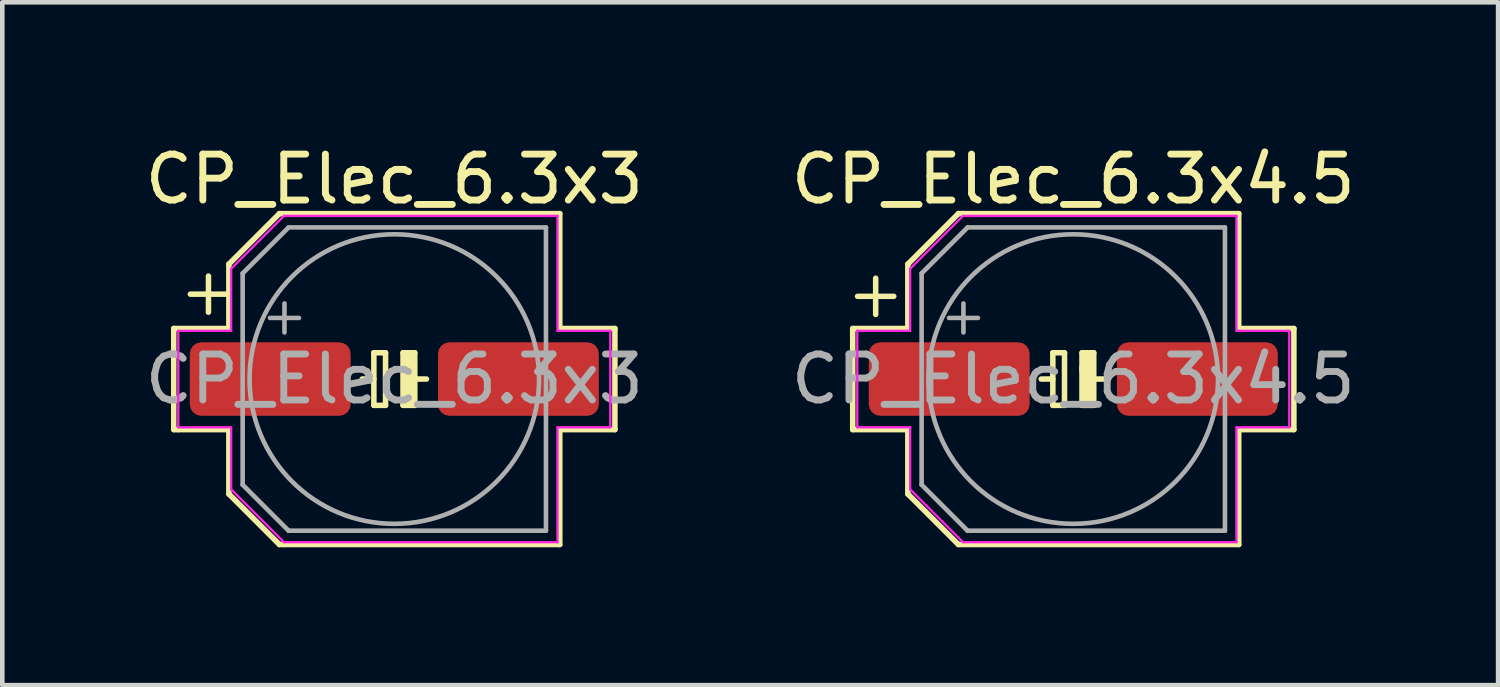
<source format=kicad_pcb>
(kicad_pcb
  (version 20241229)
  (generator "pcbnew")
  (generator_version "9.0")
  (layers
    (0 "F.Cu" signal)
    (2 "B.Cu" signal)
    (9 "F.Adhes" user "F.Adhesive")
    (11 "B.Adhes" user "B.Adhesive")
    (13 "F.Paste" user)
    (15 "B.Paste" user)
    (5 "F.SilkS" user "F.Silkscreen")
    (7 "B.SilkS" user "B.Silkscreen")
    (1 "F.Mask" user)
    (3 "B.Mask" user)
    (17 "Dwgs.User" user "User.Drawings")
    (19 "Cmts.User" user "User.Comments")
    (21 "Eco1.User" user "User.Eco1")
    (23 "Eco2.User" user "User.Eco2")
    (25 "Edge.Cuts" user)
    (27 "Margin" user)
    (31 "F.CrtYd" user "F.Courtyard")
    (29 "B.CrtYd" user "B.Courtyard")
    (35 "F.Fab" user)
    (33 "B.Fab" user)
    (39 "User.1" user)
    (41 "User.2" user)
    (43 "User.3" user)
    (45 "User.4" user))
  (footprint "CP_Elec_6.3x3"
    (layer "F.Cu")
    (at 5.53 5.198)
    (property "Reference" "CP_Elec_6.3x3" (at 0 -4.35 0) (layer "F.SilkS") (effects (font (size 1 1) (thickness 0.15))))
    (attr smd)
    (fp_line (start -4.8 -1.1) (end -3.6 -1.1) (stroke (width 0.12) (type solid)) (layer "F.SilkS"))
    (fp_line (start -4.8 1.1) (end -4.8 -1.1) (stroke (width 0.12) (type solid)) (layer "F.SilkS"))
    (fp_line (start -4.7 1.1) (end -4.8 1.1) (stroke (width 0.12) (type solid)) (layer "F.SilkS"))
    (fp_line (start -4.438 -1.847) (end -3.65 -1.847) (stroke (width 0.12) (type solid)) (layer "F.SilkS"))
    (fp_line (start -4.044 -2.241) (end -4.044 -1.454) (stroke (width 0.12) (type solid)) (layer "F.SilkS"))
    (fp_line (start -3.6 -2.5) (end -2.5 -3.6) (stroke (width 0.12) (type solid)) (layer "F.SilkS"))
    (fp_line (start -3.6 -1.1) (end -3.6 -2.5) (stroke (width 0.12) (type solid)) (layer "F.SilkS"))
    (fp_line (start -3.6 1.1) (end -4.7 1.1) (stroke (width 0.12) (type solid)) (layer "F.SilkS"))
    (fp_line (start -3.6 2.5) (end -3.6 1.1) (stroke (width 0.12) (type solid)) (layer "F.SilkS"))
    (fp_line (start -2.5 -3.6) (end 3.6 -3.6) (stroke (width 0.12) (type solid)) (layer "F.SilkS"))
    (fp_line (start -2.5 3.6) (end -3.6 2.5) (stroke (width 0.12) (type solid)) (layer "F.SilkS"))
    (fp_line (start -2.4 3.6) (end -2.5 3.6) (stroke (width 0.12) (type solid)) (layer "F.SilkS"))
    (fp_line (start -0.445 -0.572) (end -0.191 -0.572) (stroke (width 0.12) (type solid)) (layer "F.SilkS"))
    (fp_line (start -0.445 0) (end -0.699 0) (stroke (width 0.12) (type solid)) (layer "F.SilkS"))
    (fp_line (start -0.445 0.572) (end -0.445 -0.572) (stroke (width 0.12) (type solid)) (layer "F.SilkS"))
    (fp_line (start -0.191 -0.572) (end -0.191 0.572) (stroke (width 0.12) (type solid)) (layer "F.SilkS"))
    (fp_line (start -0.191 0.572) (end -0.445 0.572) (stroke (width 0.12) (type solid)) (layer "F.SilkS"))
    (fp_line (start 0.191 -0.572) (end 0.191 -0.191) (stroke (width 0.12) (type solid)) (layer "F.SilkS"))
    (fp_line (start 0.191 -0.572) (end 0.445 -0.572) (stroke (width 0.12) (type solid)) (layer "F.SilkS"))
    (fp_line (start 0.191 -0.254) (end 0.191 0.572) (stroke (width 0.12) (type solid)) (layer "F.SilkS"))
    (fp_line (start 0.445 0) (end 0.699 0) (stroke (width 0.12) (type solid)) (layer "F.SilkS"))
    (fp_line (start 0.445 0.572) (end 0.191 0.572) (stroke (width 0.12) (type solid)) (layer "F.SilkS"))
    (fp_line (start 0.445 0.572) (end 0.445 -0.572) (stroke (width 0.12) (type solid)) (layer "F.SilkS"))
    (fp_line (start 3.6 -3.6) (end 3.6 -1.1) (stroke (width 0.12) (type solid)) (layer "F.SilkS"))
    (fp_line (start 3.6 -1.1) (end 4.8 -1.1) (stroke (width 0.12) (type solid)) (layer "F.SilkS"))
    (fp_line (start 3.6 1.1) (end 3.6 3.6) (stroke (width 0.12) (type solid)) (layer "F.SilkS"))
    (fp_line (start 3.6 3.6) (end -2.4 3.6) (stroke (width 0.12) (type solid)) (layer "F.SilkS"))
    (fp_line (start 4.8 -1.1) (end 4.8 1.1) (stroke (width 0.12) (type solid)) (layer "F.SilkS"))
    (fp_line (start 4.8 1.1) (end 3.6 1.1) (stroke (width 0.12) (type solid)) (layer "F.SilkS"))
    (fp_poly (pts (xy 0.445 0.572) (xy 0.191 0.572) (xy 0.191 -0.572) (xy 0.445 -0.572)) (stroke (width 0.1) (type solid)) (fill yes) (layer "F.SilkS"))
    (fp_line (start -4.7 -1.05) (end -4.7 1.05) (stroke (width 0.05) (type solid)) (layer "F.CrtYd"))
    (fp_line (start -4.7 1.05) (end -3.55 1.05) (stroke (width 0.05) (type solid)) (layer "F.CrtYd"))
    (fp_line (start -3.55 -2.4) (end -3.55 -1.05) (stroke (width 0.05) (type solid)) (layer "F.CrtYd"))
    (fp_line (start -3.55 -2.4) (end -2.4 -3.55) (stroke (width 0.05) (type solid)) (layer "F.CrtYd"))
    (fp_line (start -3.55 -1.05) (end -4.7 -1.05) (stroke (width 0.05) (type solid)) (layer "F.CrtYd"))
    (fp_line (start -3.55 1.05) (end -3.55 2.4) (stroke (width 0.05) (type solid)) (layer "F.CrtYd"))
    (fp_line (start -3.55 2.4) (end -2.4 3.55) (stroke (width 0.05) (type solid)) (layer "F.CrtYd"))
    (fp_line (start -2.4 -3.55) (end 3.55 -3.55) (stroke (width 0.05) (type solid)) (layer "F.CrtYd"))
    (fp_line (start -2.4 3.55) (end 3.55 3.55) (stroke (width 0.05) (type solid)) (layer "F.CrtYd"))
    (fp_line (start 3.55 -3.55) (end 3.55 -1.05) (stroke (width 0.05) (type solid)) (layer "F.CrtYd"))
    (fp_line (start 3.55 -1.05) (end 4.7 -1.05) (stroke (width 0.05) (type solid)) (layer "F.CrtYd"))
    (fp_line (start 3.55 1.05) (end 3.55 3.55) (stroke (width 0.05) (type solid)) (layer "F.CrtYd"))
    (fp_line (start 4.7 -1.05) (end 4.7 1.05) (stroke (width 0.05) (type solid)) (layer "F.CrtYd"))
    (fp_line (start 4.7 1.05) (end 3.55 1.05) (stroke (width 0.05) (type solid)) (layer "F.CrtYd"))
    (fp_line (start -3.3 -2.3) (end -3.3 2.3) (stroke (width 0.1) (type solid)) (layer "F.Fab"))
    (fp_line (start -3.3 -2.3) (end -2.3 -3.3) (stroke (width 0.1) (type solid)) (layer "F.Fab"))
    (fp_line (start -3.3 2.3) (end -2.3 3.3) (stroke (width 0.1) (type solid)) (layer "F.Fab"))
    (fp_line (start -2.705 -1.33) (end -2.075 -1.33) (stroke (width 0.1) (type solid)) (layer "F.Fab"))
    (fp_line (start -2.39 -1.645) (end -2.39 -1.015) (stroke (width 0.1) (type solid)) (layer "F.Fab"))
    (fp_line (start -2.3 -3.3) (end 3.3 -3.3) (stroke (width 0.1) (type solid)) (layer "F.Fab"))
    (fp_line (start -2.3 3.3) (end 3.3 3.3) (stroke (width 0.1) (type solid)) (layer "F.Fab"))
    (fp_line (start 3.3 -3.3) (end 3.3 3.3) (stroke (width 0.1) (type solid)) (layer "F.Fab"))
    (fp_circle (center 0 0) (end 3.15 0) (stroke (width 0.1) (type solid)) (fill no) (layer "F.Fab"))
    (fp_text user "${REFERENCE}" (at 0 0 0) (layer "F.Fab") (effects (font (size 1 1) (thickness 0.15))))
    (pad "1" smd roundrect (at -2.7 0) (size 3.5 1.6) (layers "F.Cu" "F.Mask" "F.Paste") (roundrect_rratio 0.156))
    (pad "2" smd roundrect (at 2.7 0) (size 3.5 1.6) (layers "F.Cu" "F.Mask" "F.Paste") (roundrect_rratio 0.156)))
  (footprint "CP_Elec_6.3x4.5"
    (layer "F.Cu")
    (at 20.304 5.198)
    (property "Reference" "CP_Elec_6.3x4.5" (at 0 -4.35 0) (layer "F.SilkS") (effects (font (size 1 1) (thickness 0.15))))
    (attr smd)
    (fp_line (start -4.8 -1.1) (end -4.8 1.1) (stroke (width 0.12) (type solid)) (layer "F.SilkS"))
    (fp_line (start -4.8 1.1) (end -3.6 1.1) (stroke (width 0.12) (type solid)) (layer "F.SilkS"))
    (fp_line (start -4.694 -1.8) (end -3.906 -1.8) (stroke (width 0.12) (type solid)) (layer "F.SilkS"))
    (fp_line (start -4.3 -2.194) (end -4.3 -1.406) (stroke (width 0.12) (type solid)) (layer "F.SilkS"))
    (fp_line (start -3.6 -2.5) (end -3.6 -1.1) (stroke (width 0.12) (type solid)) (layer "F.SilkS"))
    (fp_line (start -3.6 -1.1) (end -4.8 -1.1) (stroke (width 0.12) (type solid)) (layer "F.SilkS"))
    (fp_line (start -3.6 1.1) (end -3.6 2.5) (stroke (width 0.12) (type solid)) (layer "F.SilkS"))
    (fp_line (start -3.6 2.5) (end -2.5 3.6) (stroke (width 0.12) (type solid)) (layer "F.SilkS"))
    (fp_line (start -2.5 -3.6) (end -3.6 -2.5) (stroke (width 0.12) (type solid)) (layer "F.SilkS"))
    (fp_line (start -2.5 3.6) (end 3.6 3.6) (stroke (width 0.12) (type solid)) (layer "F.SilkS"))
    (fp_line (start -2.4 -3.6) (end -2.5 -3.6) (stroke (width 0.12) (type solid)) (layer "F.SilkS"))
    (fp_line (start -0.445 -0.572) (end -0.191 -0.572) (stroke (width 0.12) (type solid)) (layer "F.SilkS"))
    (fp_line (start -0.445 0) (end -0.699 0) (stroke (width 0.12) (type solid)) (layer "F.SilkS"))
    (fp_line (start -0.445 0.572) (end -0.445 -0.572) (stroke (width 0.12) (type solid)) (layer "F.SilkS"))
    (fp_line (start -0.191 -0.572) (end -0.191 0.572) (stroke (width 0.12) (type solid)) (layer "F.SilkS"))
    (fp_line (start -0.191 0.572) (end -0.445 0.572) (stroke (width 0.12) (type solid)) (layer "F.SilkS"))
    (fp_line (start 0.191 -0.572) (end 0.191 -0.191) (stroke (width 0.12) (type solid)) (layer "F.SilkS"))
    (fp_line (start 0.191 -0.572) (end 0.445 -0.572) (stroke (width 0.12) (type solid)) (layer "F.SilkS"))
    (fp_line (start 0.191 -0.254) (end 0.191 0.572) (stroke (width 0.12) (type solid)) (layer "F.SilkS"))
    (fp_line (start 0.445 0) (end 0.699 0) (stroke (width 0.12) (type solid)) (layer "F.SilkS"))
    (fp_line (start 0.445 0.572) (end 0.191 0.572) (stroke (width 0.12) (type solid)) (layer "F.SilkS"))
    (fp_line (start 0.445 0.572) (end 0.445 -0.572) (stroke (width 0.12) (type solid)) (layer "F.SilkS"))
    (fp_line (start 3.6 -3.6) (end -2.4 -3.6) (stroke (width 0.12) (type solid)) (layer "F.SilkS"))
    (fp_line (start 3.6 -1.1) (end 3.6 -3.6) (stroke (width 0.12) (type solid)) (layer "F.SilkS"))
    (fp_line (start 3.6 1.1) (end 4.8 1.1) (stroke (width 0.12) (type solid)) (layer "F.SilkS"))
    (fp_line (start 3.6 3.6) (end 3.6 1.1) (stroke (width 0.12) (type solid)) (layer "F.SilkS"))
    (fp_line (start 4.8 -1.1) (end 3.6 -1.1) (stroke (width 0.12) (type solid)) (layer "F.SilkS"))
    (fp_line (start 4.8 1.1) (end 4.8 -1.1) (stroke (width 0.12) (type solid)) (layer "F.SilkS"))
    (fp_poly (pts (xy 0.445 0.572) (xy 0.191 0.572) (xy 0.191 -0.572) (xy 0.445 -0.572)) (stroke (width 0.1) (type solid)) (fill yes) (layer "F.SilkS"))
    (fp_line (start -4.7 -1.05) (end -4.7 1.05) (stroke (width 0.05) (type solid)) (layer "F.CrtYd"))
    (fp_line (start -4.7 1.05) (end -3.55 1.05) (stroke (width 0.05) (type solid)) (layer "F.CrtYd"))
    (fp_line (start -3.55 -2.4) (end -3.55 -1.05) (stroke (width 0.05) (type solid)) (layer "F.CrtYd"))
    (fp_line (start -3.55 -2.4) (end -2.4 -3.55) (stroke (width 0.05) (type solid)) (layer "F.CrtYd"))
    (fp_line (start -3.55 -1.05) (end -4.7 -1.05) (stroke (width 0.05) (type solid)) (layer "F.CrtYd"))
    (fp_line (start -3.55 1.05) (end -3.55 2.4) (stroke (width 0.05) (type solid)) (layer "F.CrtYd"))
    (fp_line (start -3.55 2.4) (end -2.4 3.55) (stroke (width 0.05) (type solid)) (layer "F.CrtYd"))
    (fp_line (start -2.4 -3.55) (end 3.55 -3.55) (stroke (width 0.05) (type solid)) (layer "F.CrtYd"))
    (fp_line (start -2.4 3.55) (end 3.55 3.55) (stroke (width 0.05) (type solid)) (layer "F.CrtYd"))
    (fp_line (start 3.55 -3.55) (end 3.55 -1.05) (stroke (width 0.05) (type solid)) (layer "F.CrtYd"))
    (fp_line (start 3.55 -1.05) (end 4.7 -1.05) (stroke (width 0.05) (type solid)) (layer "F.CrtYd"))
    (fp_line (start 3.55 1.05) (end 3.55 3.55) (stroke (width 0.05) (type solid)) (layer "F.CrtYd"))
    (fp_line (start 4.7 -1.05) (end 4.7 1.05) (stroke (width 0.05) (type solid)) (layer "F.CrtYd"))
    (fp_line (start 4.7 1.05) (end 3.55 1.05) (stroke (width 0.05) (type solid)) (layer "F.CrtYd"))
    (fp_line (start -3.3 -2.3) (end -3.3 2.3) (stroke (width 0.1) (type solid)) (layer "F.Fab"))
    (fp_line (start -3.3 -2.3) (end -2.3 -3.3) (stroke (width 0.1) (type solid)) (layer "F.Fab"))
    (fp_line (start -3.3 2.3) (end -2.3 3.3) (stroke (width 0.1) (type solid)) (layer "F.Fab"))
    (fp_line (start -2.705 -1.33) (end -2.075 -1.33) (stroke (width 0.1) (type solid)) (layer "F.Fab"))
    (fp_line (start -2.39 -1.645) (end -2.39 -1.015) (stroke (width 0.1) (type solid)) (layer "F.Fab"))
    (fp_line (start -2.3 -3.3) (end 3.3 -3.3) (stroke (width 0.1) (type solid)) (layer "F.Fab"))
    (fp_line (start -2.3 3.3) (end 3.3 3.3) (stroke (width 0.1) (type solid)) (layer "F.Fab"))
    (fp_line (start 3.3 -3.3) (end 3.3 3.3) (stroke (width 0.1) (type solid)) (layer "F.Fab"))
    (fp_circle (center 0 0) (end 3.15 0) (stroke (width 0.1) (type solid)) (fill no) (layer "F.Fab"))
    (fp_text user "${REFERENCE}" (at 0 0 0) (layer "F.Fab") (effects (font (size 1 1) (thickness 0.15))))
    (pad "1" smd roundrect (at -2.7 0) (size 3.5 1.6) (layers "F.Cu" "F.Mask" "F.Paste") (roundrect_rratio 0.156))
    (pad "2" smd roundrect (at 2.7 0) (size 3.5 1.6) (layers "F.Cu" "F.Mask" "F.Paste") (roundrect_rratio 0.156)))
  (gr_rect
    (start -3 -3)
    (end 29.548 11.858)
    (stroke (width 0.1) (type default))
    (fill no)
    (layer "Edge.Cuts")))
</source>
